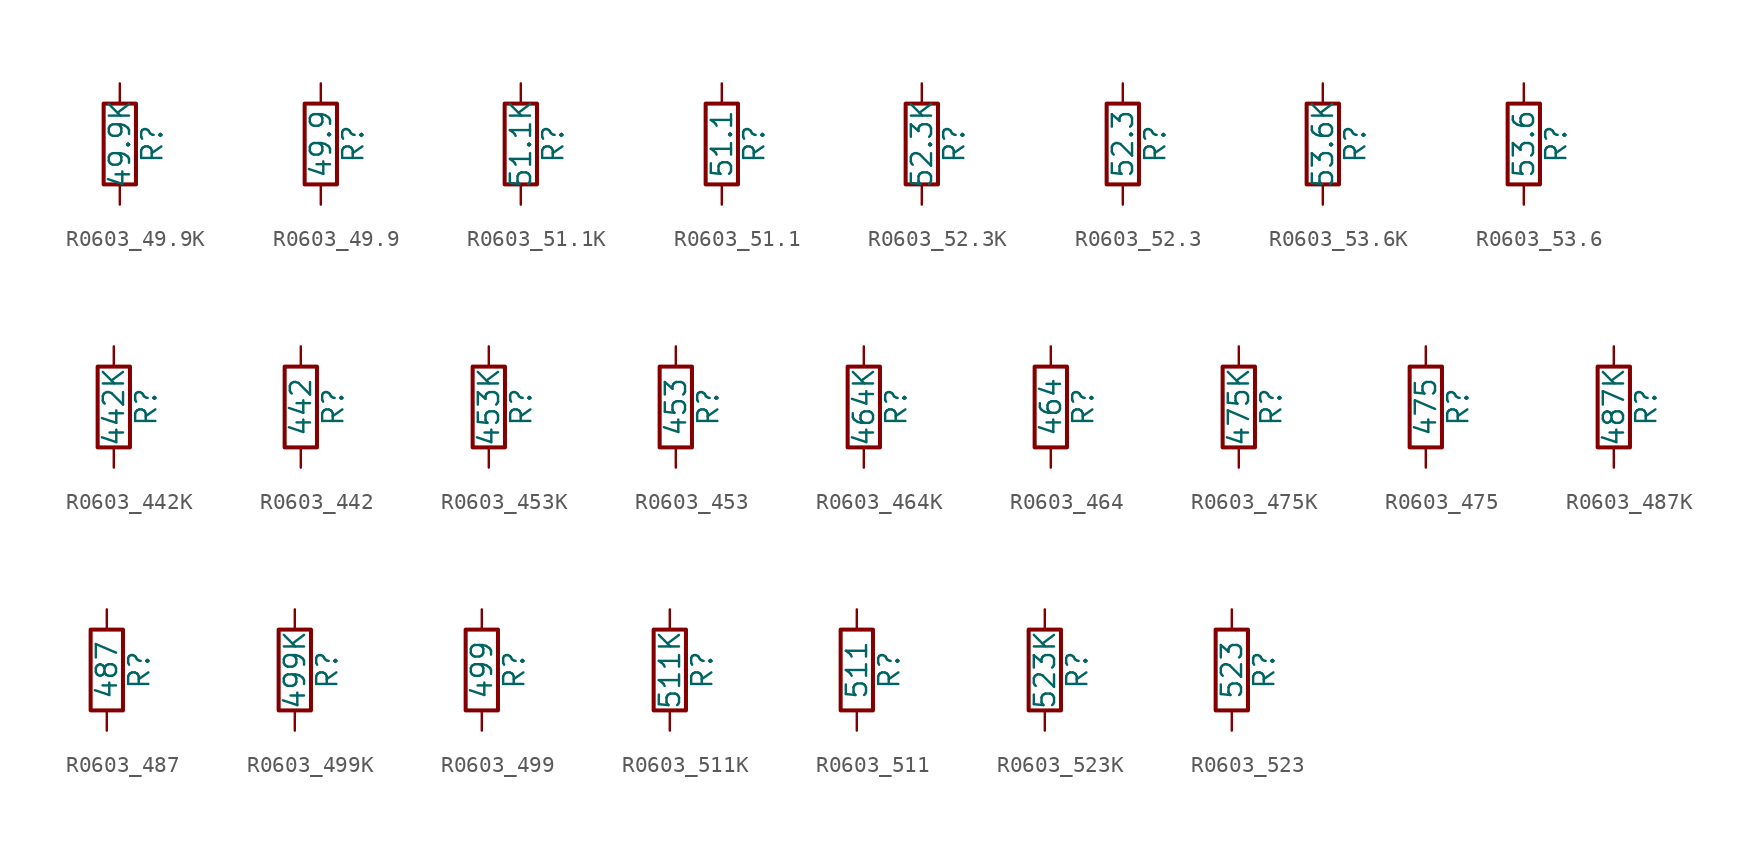
<source format=kicad_sym>
(kicad_symbol_lib
  (version 20211014)
  (generator atlantix-eda)
  (symbol "R0603_49.9K"
    (pin_numbers hide)
    (pin_names
      (offset 0))
    (property "Reference" "R"
      (at 2.032 0 90)
      (effects (font (size 1.27 1.27))))
    (property "Value" "49.9K"
      (at 0 0 90)
      (effects (font (size 1.27 1.27))))
    (symbol "R0603_49.9K_0_1"
      (rectangle (start -1.016 -2.54) (end 1.016 2.54) (stroke (width 0.254) (type default) (color 0 0 0 0)) (fill (type none))))
    (symbol "R0603_49.9K_1_1"
      (pin passive line (at 0 3.81 270) (length 1.27) (name "~" (effects (font (size 1.27 1.27)))) (number "1" (effects (font (size 1.27 1.27)))))
      (pin passive line (at 0 -3.81 90) (length 1.27) (name "~" (effects (font (size 1.27 1.27)))) (number "2" (effects (font (size 1.27 1.27)))))))
  (symbol "R0603_49.9"
    (pin_numbers hide)
    (pin_names
      (offset 0))
    (property "Reference" "R"
      (at 2.032 0 90)
      (effects (font (size 1.27 1.27))))
    (property "Value" "49.9"
      (at 0 0 90)
      (effects (font (size 1.27 1.27))))
    (symbol "R0603_49.9_0_1"
      (rectangle (start -1.016 -2.54) (end 1.016 2.54) (stroke (width 0.254) (type default) (color 0 0 0 0)) (fill (type none))))
    (symbol "R0603_49.9_1_1"
      (pin passive line (at 0 3.81 270) (length 1.27) (name "~" (effects (font (size 1.27 1.27)))) (number "1" (effects (font (size 1.27 1.27)))))
      (pin passive line (at 0 -3.81 90) (length 1.27) (name "~" (effects (font (size 1.27 1.27)))) (number "2" (effects (font (size 1.27 1.27)))))))
  (symbol "R0603_51.1K"
    (pin_numbers hide)
    (pin_names
      (offset 0))
    (property "Reference" "R"
      (at 2.032 0 90)
      (effects (font (size 1.27 1.27))))
    (property "Value" "51.1K"
      (at 0 0 90)
      (effects (font (size 1.27 1.27))))
    (symbol "R0603_51.1K_0_1"
      (rectangle (start -1.016 -2.54) (end 1.016 2.54) (stroke (width 0.254) (type default) (color 0 0 0 0)) (fill (type none))))
    (symbol "R0603_51.1K_1_1"
      (pin passive line (at 0 3.81 270) (length 1.27) (name "~" (effects (font (size 1.27 1.27)))) (number "1" (effects (font (size 1.27 1.27)))))
      (pin passive line (at 0 -3.81 90) (length 1.27) (name "~" (effects (font (size 1.27 1.27)))) (number "2" (effects (font (size 1.27 1.27)))))))
  (symbol "R0603_51.1"
    (pin_numbers hide)
    (pin_names
      (offset 0))
    (property "Reference" "R"
      (at 2.032 0 90)
      (effects (font (size 1.27 1.27))))
    (property "Value" "51.1"
      (at 0 0 90)
      (effects (font (size 1.27 1.27))))
    (symbol "R0603_51.1_0_1"
      (rectangle (start -1.016 -2.54) (end 1.016 2.54) (stroke (width 0.254) (type default) (color 0 0 0 0)) (fill (type none))))
    (symbol "R0603_51.1_1_1"
      (pin passive line (at 0 3.81 270) (length 1.27) (name "~" (effects (font (size 1.27 1.27)))) (number "1" (effects (font (size 1.27 1.27)))))
      (pin passive line (at 0 -3.81 90) (length 1.27) (name "~" (effects (font (size 1.27 1.27)))) (number "2" (effects (font (size 1.27 1.27)))))))
  (symbol "R0603_52.3K"
    (pin_numbers hide)
    (pin_names
      (offset 0))
    (property "Reference" "R"
      (at 2.032 0 90)
      (effects (font (size 1.27 1.27))))
    (property "Value" "52.3K"
      (at 0 0 90)
      (effects (font (size 1.27 1.27))))
    (symbol "R0603_52.3K_0_1"
      (rectangle (start -1.016 -2.54) (end 1.016 2.54) (stroke (width 0.254) (type default) (color 0 0 0 0)) (fill (type none))))
    (symbol "R0603_52.3K_1_1"
      (pin passive line (at 0 3.81 270) (length 1.27) (name "~" (effects (font (size 1.27 1.27)))) (number "1" (effects (font (size 1.27 1.27)))))
      (pin passive line (at 0 -3.81 90) (length 1.27) (name "~" (effects (font (size 1.27 1.27)))) (number "2" (effects (font (size 1.27 1.27)))))))
  (symbol "R0603_52.3"
    (pin_numbers hide)
    (pin_names
      (offset 0))
    (property "Reference" "R"
      (at 2.032 0 90)
      (effects (font (size 1.27 1.27))))
    (property "Value" "52.3"
      (at 0 0 90)
      (effects (font (size 1.27 1.27))))
    (symbol "R0603_52.3_0_1"
      (rectangle (start -1.016 -2.54) (end 1.016 2.54) (stroke (width 0.254) (type default) (color 0 0 0 0)) (fill (type none))))
    (symbol "R0603_52.3_1_1"
      (pin passive line (at 0 3.81 270) (length 1.27) (name "~" (effects (font (size 1.27 1.27)))) (number "1" (effects (font (size 1.27 1.27)))))
      (pin passive line (at 0 -3.81 90) (length 1.27) (name "~" (effects (font (size 1.27 1.27)))) (number "2" (effects (font (size 1.27 1.27)))))))
  (symbol "R0603_53.6K"
    (pin_numbers hide)
    (pin_names
      (offset 0))
    (property "Reference" "R"
      (at 2.032 0 90)
      (effects (font (size 1.27 1.27))))
    (property "Value" "53.6K"
      (at 0 0 90)
      (effects (font (size 1.27 1.27))))
    (symbol "R0603_53.6K_0_1"
      (rectangle (start -1.016 -2.54) (end 1.016 2.54) (stroke (width 0.254) (type default) (color 0 0 0 0)) (fill (type none))))
    (symbol "R0603_53.6K_1_1"
      (pin passive line (at 0 3.81 270) (length 1.27) (name "~" (effects (font (size 1.27 1.27)))) (number "1" (effects (font (size 1.27 1.27)))))
      (pin passive line (at 0 -3.81 90) (length 1.27) (name "~" (effects (font (size 1.27 1.27)))) (number "2" (effects (font (size 1.27 1.27)))))))
  (symbol "R0603_53.6"
    (pin_numbers hide)
    (pin_names
      (offset 0))
    (property "Reference" "R"
      (at 2.032 0 90)
      (effects (font (size 1.27 1.27))))
    (property "Value" "53.6"
      (at 0 0 90)
      (effects (font (size 1.27 1.27))))
    (symbol "R0603_53.6_0_1"
      (rectangle (start -1.016 -2.54) (end 1.016 2.54) (stroke (width 0.254) (type default) (color 0 0 0 0)) (fill (type none))))
    (symbol "R0603_53.6_1_1"
      (pin passive line (at 0 3.81 270) (length 1.27) (name "~" (effects (font (size 1.27 1.27)))) (number "1" (effects (font (size 1.27 1.27)))))
      (pin passive line (at 0 -3.81 90) (length 1.27) (name "~" (effects (font (size 1.27 1.27)))) (number "2" (effects (font (size 1.27 1.27)))))))
  (symbol "R0603_442K"
    (pin_numbers hide)
    (pin_names
      (offset 0))
    (property "Reference" "R"
      (at 2.032 0 90)
      (effects (font (size 1.27 1.27))))
    (property "Value" "442K"
      (at 0 0 90)
      (effects (font (size 1.27 1.27))))
    (symbol "R0603_442K_0_1"
      (rectangle (start -1.016 -2.54) (end 1.016 2.54) (stroke (width 0.254) (type default) (color 0 0 0 0)) (fill (type none))))
    (symbol "R0603_442K_1_1"
      (pin passive line (at 0 3.81 270) (length 1.27) (name "~" (effects (font (size 1.27 1.27)))) (number "1" (effects (font (size 1.27 1.27)))))
      (pin passive line (at 0 -3.81 90) (length 1.27) (name "~" (effects (font (size 1.27 1.27)))) (number "2" (effects (font (size 1.27 1.27)))))))
  (symbol "R0603_442"
    (pin_numbers hide)
    (pin_names
      (offset 0))
    (property "Reference" "R"
      (at 2.032 0 90)
      (effects (font (size 1.27 1.27))))
    (property "Value" "442"
      (at 0 0 90)
      (effects (font (size 1.27 1.27))))
    (symbol "R0603_442_0_1"
      (rectangle (start -1.016 -2.54) (end 1.016 2.54) (stroke (width 0.254) (type default) (color 0 0 0 0)) (fill (type none))))
    (symbol "R0603_442_1_1"
      (pin passive line (at 0 3.81 270) (length 1.27) (name "~" (effects (font (size 1.27 1.27)))) (number "1" (effects (font (size 1.27 1.27)))))
      (pin passive line (at 0 -3.81 90) (length 1.27) (name "~" (effects (font (size 1.27 1.27)))) (number "2" (effects (font (size 1.27 1.27)))))))
  (symbol "R0603_453K"
    (pin_numbers hide)
    (pin_names
      (offset 0))
    (property "Reference" "R"
      (at 2.032 0 90)
      (effects (font (size 1.27 1.27))))
    (property "Value" "453K"
      (at 0 0 90)
      (effects (font (size 1.27 1.27))))
    (symbol "R0603_453K_0_1"
      (rectangle (start -1.016 -2.54) (end 1.016 2.54) (stroke (width 0.254) (type default) (color 0 0 0 0)) (fill (type none))))
    (symbol "R0603_453K_1_1"
      (pin passive line (at 0 3.81 270) (length 1.27) (name "~" (effects (font (size 1.27 1.27)))) (number "1" (effects (font (size 1.27 1.27)))))
      (pin passive line (at 0 -3.81 90) (length 1.27) (name "~" (effects (font (size 1.27 1.27)))) (number "2" (effects (font (size 1.27 1.27)))))))
  (symbol "R0603_453"
    (pin_numbers hide)
    (pin_names
      (offset 0))
    (property "Reference" "R"
      (at 2.032 0 90)
      (effects (font (size 1.27 1.27))))
    (property "Value" "453"
      (at 0 0 90)
      (effects (font (size 1.27 1.27))))
    (symbol "R0603_453_0_1"
      (rectangle (start -1.016 -2.54) (end 1.016 2.54) (stroke (width 0.254) (type default) (color 0 0 0 0)) (fill (type none))))
    (symbol "R0603_453_1_1"
      (pin passive line (at 0 3.81 270) (length 1.27) (name "~" (effects (font (size 1.27 1.27)))) (number "1" (effects (font (size 1.27 1.27)))))
      (pin passive line (at 0 -3.81 90) (length 1.27) (name "~" (effects (font (size 1.27 1.27)))) (number "2" (effects (font (size 1.27 1.27)))))))
  (symbol "R0603_464K"
    (pin_numbers hide)
    (pin_names
      (offset 0))
    (property "Reference" "R"
      (at 2.032 0 90)
      (effects (font (size 1.27 1.27))))
    (property "Value" "464K"
      (at 0 0 90)
      (effects (font (size 1.27 1.27))))
    (symbol "R0603_464K_0_1"
      (rectangle (start -1.016 -2.54) (end 1.016 2.54) (stroke (width 0.254) (type default) (color 0 0 0 0)) (fill (type none))))
    (symbol "R0603_464K_1_1"
      (pin passive line (at 0 3.81 270) (length 1.27) (name "~" (effects (font (size 1.27 1.27)))) (number "1" (effects (font (size 1.27 1.27)))))
      (pin passive line (at 0 -3.81 90) (length 1.27) (name "~" (effects (font (size 1.27 1.27)))) (number "2" (effects (font (size 1.27 1.27)))))))
  (symbol "R0603_464"
    (pin_numbers hide)
    (pin_names
      (offset 0))
    (property "Reference" "R"
      (at 2.032 0 90)
      (effects (font (size 1.27 1.27))))
    (property "Value" "464"
      (at 0 0 90)
      (effects (font (size 1.27 1.27))))
    (symbol "R0603_464_0_1"
      (rectangle (start -1.016 -2.54) (end 1.016 2.54) (stroke (width 0.254) (type default) (color 0 0 0 0)) (fill (type none))))
    (symbol "R0603_464_1_1"
      (pin passive line (at 0 3.81 270) (length 1.27) (name "~" (effects (font (size 1.27 1.27)))) (number "1" (effects (font (size 1.27 1.27)))))
      (pin passive line (at 0 -3.81 90) (length 1.27) (name "~" (effects (font (size 1.27 1.27)))) (number "2" (effects (font (size 1.27 1.27)))))))
  (symbol "R0603_475K"
    (pin_numbers hide)
    (pin_names
      (offset 0))
    (property "Reference" "R"
      (at 2.032 0 90)
      (effects (font (size 1.27 1.27))))
    (property "Value" "475K"
      (at 0 0 90)
      (effects (font (size 1.27 1.27))))
    (symbol "R0603_475K_0_1"
      (rectangle (start -1.016 -2.54) (end 1.016 2.54) (stroke (width 0.254) (type default) (color 0 0 0 0)) (fill (type none))))
    (symbol "R0603_475K_1_1"
      (pin passive line (at 0 3.81 270) (length 1.27) (name "~" (effects (font (size 1.27 1.27)))) (number "1" (effects (font (size 1.27 1.27)))))
      (pin passive line (at 0 -3.81 90) (length 1.27) (name "~" (effects (font (size 1.27 1.27)))) (number "2" (effects (font (size 1.27 1.27)))))))
  (symbol "R0603_475"
    (pin_numbers hide)
    (pin_names
      (offset 0))
    (property "Reference" "R"
      (at 2.032 0 90)
      (effects (font (size 1.27 1.27))))
    (property "Value" "475"
      (at 0 0 90)
      (effects (font (size 1.27 1.27))))
    (symbol "R0603_475_0_1"
      (rectangle (start -1.016 -2.54) (end 1.016 2.54) (stroke (width 0.254) (type default) (color 0 0 0 0)) (fill (type none))))
    (symbol "R0603_475_1_1"
      (pin passive line (at 0 3.81 270) (length 1.27) (name "~" (effects (font (size 1.27 1.27)))) (number "1" (effects (font (size 1.27 1.27)))))
      (pin passive line (at 0 -3.81 90) (length 1.27) (name "~" (effects (font (size 1.27 1.27)))) (number "2" (effects (font (size 1.27 1.27)))))))
  (symbol "R0603_487K"
    (pin_numbers hide)
    (pin_names
      (offset 0))
    (property "Reference" "R"
      (at 2.032 0 90)
      (effects (font (size 1.27 1.27))))
    (property "Value" "487K"
      (at 0 0 90)
      (effects (font (size 1.27 1.27))))
    (symbol "R0603_487K_0_1"
      (rectangle (start -1.016 -2.54) (end 1.016 2.54) (stroke (width 0.254) (type default) (color 0 0 0 0)) (fill (type none))))
    (symbol "R0603_487K_1_1"
      (pin passive line (at 0 3.81 270) (length 1.27) (name "~" (effects (font (size 1.27 1.27)))) (number "1" (effects (font (size 1.27 1.27)))))
      (pin passive line (at 0 -3.81 90) (length 1.27) (name "~" (effects (font (size 1.27 1.27)))) (number "2" (effects (font (size 1.27 1.27)))))))
  (symbol "R0603_487"
    (pin_numbers hide)
    (pin_names
      (offset 0))
    (property "Reference" "R"
      (at 2.032 0 90)
      (effects (font (size 1.27 1.27))))
    (property "Value" "487"
      (at 0 0 90)
      (effects (font (size 1.27 1.27))))
    (symbol "R0603_487_0_1"
      (rectangle (start -1.016 -2.54) (end 1.016 2.54) (stroke (width 0.254) (type default) (color 0 0 0 0)) (fill (type none))))
    (symbol "R0603_487_1_1"
      (pin passive line (at 0 3.81 270) (length 1.27) (name "~" (effects (font (size 1.27 1.27)))) (number "1" (effects (font (size 1.27 1.27)))))
      (pin passive line (at 0 -3.81 90) (length 1.27) (name "~" (effects (font (size 1.27 1.27)))) (number "2" (effects (font (size 1.27 1.27)))))))
  (symbol "R0603_499K"
    (pin_numbers hide)
    (pin_names
      (offset 0))
    (property "Reference" "R"
      (at 2.032 0 90)
      (effects (font (size 1.27 1.27))))
    (property "Value" "499K"
      (at 0 0 90)
      (effects (font (size 1.27 1.27))))
    (symbol "R0603_499K_0_1"
      (rectangle (start -1.016 -2.54) (end 1.016 2.54) (stroke (width 0.254) (type default) (color 0 0 0 0)) (fill (type none))))
    (symbol "R0603_499K_1_1"
      (pin passive line (at 0 3.81 270) (length 1.27) (name "~" (effects (font (size 1.27 1.27)))) (number "1" (effects (font (size 1.27 1.27)))))
      (pin passive line (at 0 -3.81 90) (length 1.27) (name "~" (effects (font (size 1.27 1.27)))) (number "2" (effects (font (size 1.27 1.27)))))))
  (symbol "R0603_499"
    (pin_numbers hide)
    (pin_names
      (offset 0))
    (property "Reference" "R"
      (at 2.032 0 90)
      (effects (font (size 1.27 1.27))))
    (property "Value" "499"
      (at 0 0 90)
      (effects (font (size 1.27 1.27))))
    (symbol "R0603_499_0_1"
      (rectangle (start -1.016 -2.54) (end 1.016 2.54) (stroke (width 0.254) (type default) (color 0 0 0 0)) (fill (type none))))
    (symbol "R0603_499_1_1"
      (pin passive line (at 0 3.81 270) (length 1.27) (name "~" (effects (font (size 1.27 1.27)))) (number "1" (effects (font (size 1.27 1.27)))))
      (pin passive line (at 0 -3.81 90) (length 1.27) (name "~" (effects (font (size 1.27 1.27)))) (number "2" (effects (font (size 1.27 1.27)))))))
  (symbol "R0603_511K"
    (pin_numbers hide)
    (pin_names
      (offset 0))
    (property "Reference" "R"
      (at 2.032 0 90)
      (effects (font (size 1.27 1.27))))
    (property "Value" "511K"
      (at 0 0 90)
      (effects (font (size 1.27 1.27))))
    (symbol "R0603_511K_0_1"
      (rectangle (start -1.016 -2.54) (end 1.016 2.54) (stroke (width 0.254) (type default) (color 0 0 0 0)) (fill (type none))))
    (symbol "R0603_511K_1_1"
      (pin passive line (at 0 3.81 270) (length 1.27) (name "~" (effects (font (size 1.27 1.27)))) (number "1" (effects (font (size 1.27 1.27)))))
      (pin passive line (at 0 -3.81 90) (length 1.27) (name "~" (effects (font (size 1.27 1.27)))) (number "2" (effects (font (size 1.27 1.27)))))))
  (symbol "R0603_511"
    (pin_numbers hide)
    (pin_names
      (offset 0))
    (property "Reference" "R"
      (at 2.032 0 90)
      (effects (font (size 1.27 1.27))))
    (property "Value" "511"
      (at 0 0 90)
      (effects (font (size 1.27 1.27))))
    (symbol "R0603_511_0_1"
      (rectangle (start -1.016 -2.54) (end 1.016 2.54) (stroke (width 0.254) (type default) (color 0 0 0 0)) (fill (type none))))
    (symbol "R0603_511_1_1"
      (pin passive line (at 0 3.81 270) (length 1.27) (name "~" (effects (font (size 1.27 1.27)))) (number "1" (effects (font (size 1.27 1.27)))))
      (pin passive line (at 0 -3.81 90) (length 1.27) (name "~" (effects (font (size 1.27 1.27)))) (number "2" (effects (font (size 1.27 1.27)))))))
  (symbol "R0603_523K"
    (pin_numbers hide)
    (pin_names
      (offset 0))
    (property "Reference" "R"
      (at 2.032 0 90)
      (effects (font (size 1.27 1.27))))
    (property "Value" "523K"
      (at 0 0 90)
      (effects (font (size 1.27 1.27))))
    (symbol "R0603_523K_0_1"
      (rectangle (start -1.016 -2.54) (end 1.016 2.54) (stroke (width 0.254) (type default) (color 0 0 0 0)) (fill (type none))))
    (symbol "R0603_523K_1_1"
      (pin passive line (at 0 3.81 270) (length 1.27) (name "~" (effects (font (size 1.27 1.27)))) (number "1" (effects (font (size 1.27 1.27)))))
      (pin passive line (at 0 -3.81 90) (length 1.27) (name "~" (effects (font (size 1.27 1.27)))) (number "2" (effects (font (size 1.27 1.27)))))))
  (symbol "R0603_523"
    (pin_numbers hide)
    (pin_names
      (offset 0))
    (property "Reference" "R"
      (at 2.032 0 90)
      (effects (font (size 1.27 1.27))))
    (property "Value" "523"
      (at 0 0 90)
      (effects (font (size 1.27 1.27))))
    (symbol "R0603_523_0_1"
      (rectangle (start -1.016 -2.54) (end 1.016 2.54) (stroke (width 0.254) (type default) (color 0 0 0 0)) (fill (type none))))
    (symbol "R0603_523_1_1"
      (pin passive line (at 0 3.81 270) (length 1.27) (name "~" (effects (font (size 1.27 1.27)))) (number "1" (effects (font (size 1.27 1.27)))))
      (pin passive line (at 0 -3.81 90) (length 1.27) (name "~" (effects (font (size 1.27 1.27)))) (number "2" (effects (font (size 1.27 1.27))))))))
</source>
